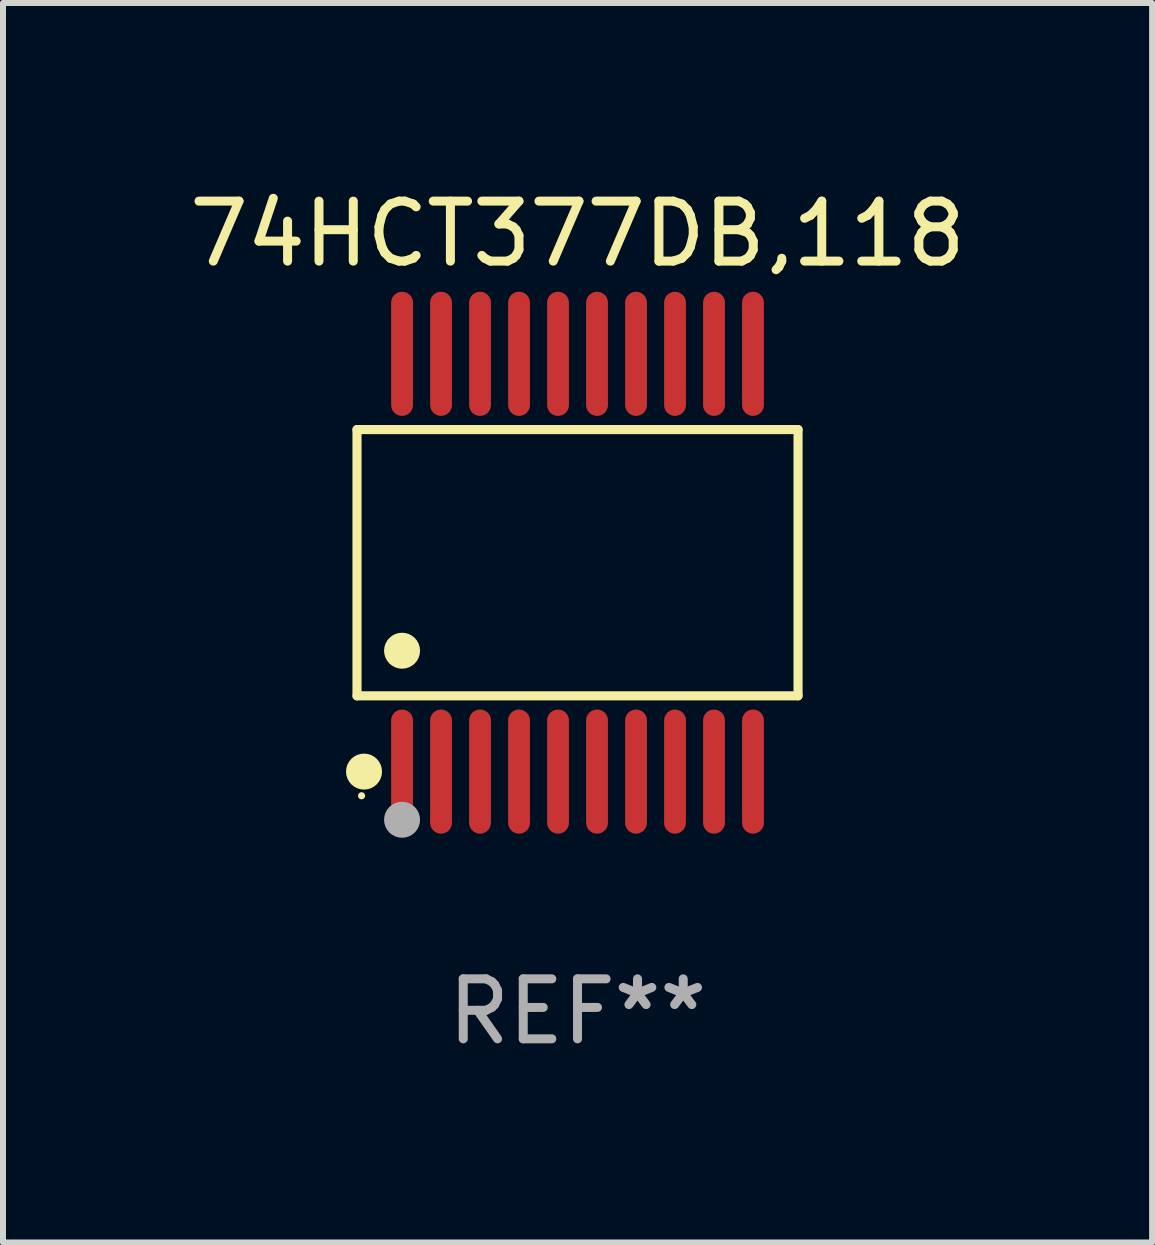
<source format=kicad_pcb>
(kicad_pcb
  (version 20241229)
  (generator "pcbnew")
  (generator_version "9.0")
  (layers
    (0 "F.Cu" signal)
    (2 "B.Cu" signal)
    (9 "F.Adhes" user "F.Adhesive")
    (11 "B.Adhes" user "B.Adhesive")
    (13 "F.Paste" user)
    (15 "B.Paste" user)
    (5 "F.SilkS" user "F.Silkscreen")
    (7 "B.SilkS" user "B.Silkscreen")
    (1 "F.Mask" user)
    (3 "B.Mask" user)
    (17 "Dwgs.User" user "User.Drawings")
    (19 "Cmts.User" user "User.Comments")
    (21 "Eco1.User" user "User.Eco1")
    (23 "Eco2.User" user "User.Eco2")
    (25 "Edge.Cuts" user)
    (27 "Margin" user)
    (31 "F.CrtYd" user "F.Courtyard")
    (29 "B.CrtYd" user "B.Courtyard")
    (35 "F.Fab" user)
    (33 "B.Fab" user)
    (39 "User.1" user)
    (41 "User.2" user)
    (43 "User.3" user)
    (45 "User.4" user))
  (footprint "74HCT377DB,118"
    (layer "F.Cu")
    (at 6.577 6.33)
    (property "Reference" "74HCT377DB,118" (at 0 -5.482 0) (layer "F.SilkS") (effects (font (size 1 1) (thickness 0.15))))
    (attr through_hole)
    (fp_line (start -3.676 -2.219) (end 3.676 -2.219) (stroke (width 0.152) (type solid)) (layer "F.SilkS"))
    (fp_line (start -3.676 2.219) (end -3.676 -2.219) (stroke (width 0.152) (type solid)) (layer "F.SilkS"))
    (fp_line (start 3.676 -2.219) (end 3.676 2.219) (stroke (width 0.152) (type solid)) (layer "F.SilkS"))
    (fp_line (start 3.676 2.219) (end -3.676 2.219) (stroke (width 0.152) (type solid)) (layer "F.SilkS"))
    (fp_circle (center -3.6 3.885) (end -3.57 3.885) (stroke (width 0.06) (type solid)) (fill no) (layer "F.SilkS"))
    (fp_circle (center -3.559 3.482) (end -3.409 3.482) (stroke (width 0.3) (type solid)) (fill no) (layer "F.SilkS"))
    (fp_circle (center -2.925 1.467) (end -2.775 1.467) (stroke (width 0.3) (type solid)) (fill no) (layer "F.SilkS"))
    (fp_circle (center -2.925 4.285) (end -2.775 4.285) (stroke (width 0.3) (type solid)) (fill no) (layer "F.Fab"))
    (fp_text user "REF**" (at 0 7.482 0) (layer "F.Fab") (effects (font (size 1 1) (thickness 0.15))))
    (pad "1" smd oval (at -2.925 3.482) (size 0.364 2.069) (layers "F.Cu" "F.Mask" "F.Paste"))
    (pad "2" smd oval (at -2.275 3.482) (size 0.364 2.069) (layers "F.Cu" "F.Mask" "F.Paste"))
    (pad "3" smd oval (at -1.625 3.482) (size 0.364 2.069) (layers "F.Cu" "F.Mask" "F.Paste"))
    (pad "4" smd oval (at -0.975 3.482) (size 0.364 2.069) (layers "F.Cu" "F.Mask" "F.Paste"))
    (pad "5" smd oval (at -0.325 3.482) (size 0.364 2.069) (layers "F.Cu" "F.Mask" "F.Paste"))
    (pad "6" smd oval (at 0.325 3.482) (size 0.364 2.069) (layers "F.Cu" "F.Mask" "F.Paste"))
    (pad "7" smd oval (at 0.975 3.482) (size 0.364 2.069) (layers "F.Cu" "F.Mask" "F.Paste"))
    (pad "8" smd oval (at 1.625 3.482) (size 0.364 2.069) (layers "F.Cu" "F.Mask" "F.Paste"))
    (pad "9" smd oval (at 2.275 3.482) (size 0.364 2.069) (layers "F.Cu" "F.Mask" "F.Paste"))
    (pad "10" smd oval (at 2.925 3.482) (size 0.364 2.069) (layers "F.Cu" "F.Mask" "F.Paste"))
    (pad "11" smd oval (at 2.925 -3.482) (size 0.364 2.069) (layers "F.Cu" "F.Mask" "F.Paste"))
    (pad "12" smd oval (at 2.275 -3.482) (size 0.364 2.069) (layers "F.Cu" "F.Mask" "F.Paste"))
    (pad "13" smd oval (at 1.625 -3.482) (size 0.364 2.069) (layers "F.Cu" "F.Mask" "F.Paste"))
    (pad "14" smd oval (at 0.975 -3.482) (size 0.364 2.069) (layers "F.Cu" "F.Mask" "F.Paste"))
    (pad "15" smd oval (at 0.325 -3.482) (size 0.364 2.069) (layers "F.Cu" "F.Mask" "F.Paste"))
    (pad "16" smd oval (at -0.325 -3.482) (size 0.364 2.069) (layers "F.Cu" "F.Mask" "F.Paste"))
    (pad "17" smd oval (at -0.975 -3.482) (size 0.364 2.069) (layers "F.Cu" "F.Mask" "F.Paste"))
    (pad "18" smd oval (at -1.625 -3.482) (size 0.364 2.069) (layers "F.Cu" "F.Mask" "F.Paste"))
    (pad "19" smd oval (at -2.275 -3.482) (size 0.364 2.069) (layers "F.Cu" "F.Mask" "F.Paste"))
    (pad "20" smd oval (at -2.925 -3.482) (size 0.364 2.069) (layers "F.Cu" "F.Mask" "F.Paste")))
  (gr_rect
    (start -3 -3)
    (end 16.155 17.661)
    (stroke (width 0.1) (type default))
    (fill no)
    (layer "Edge.Cuts")))
</source>
